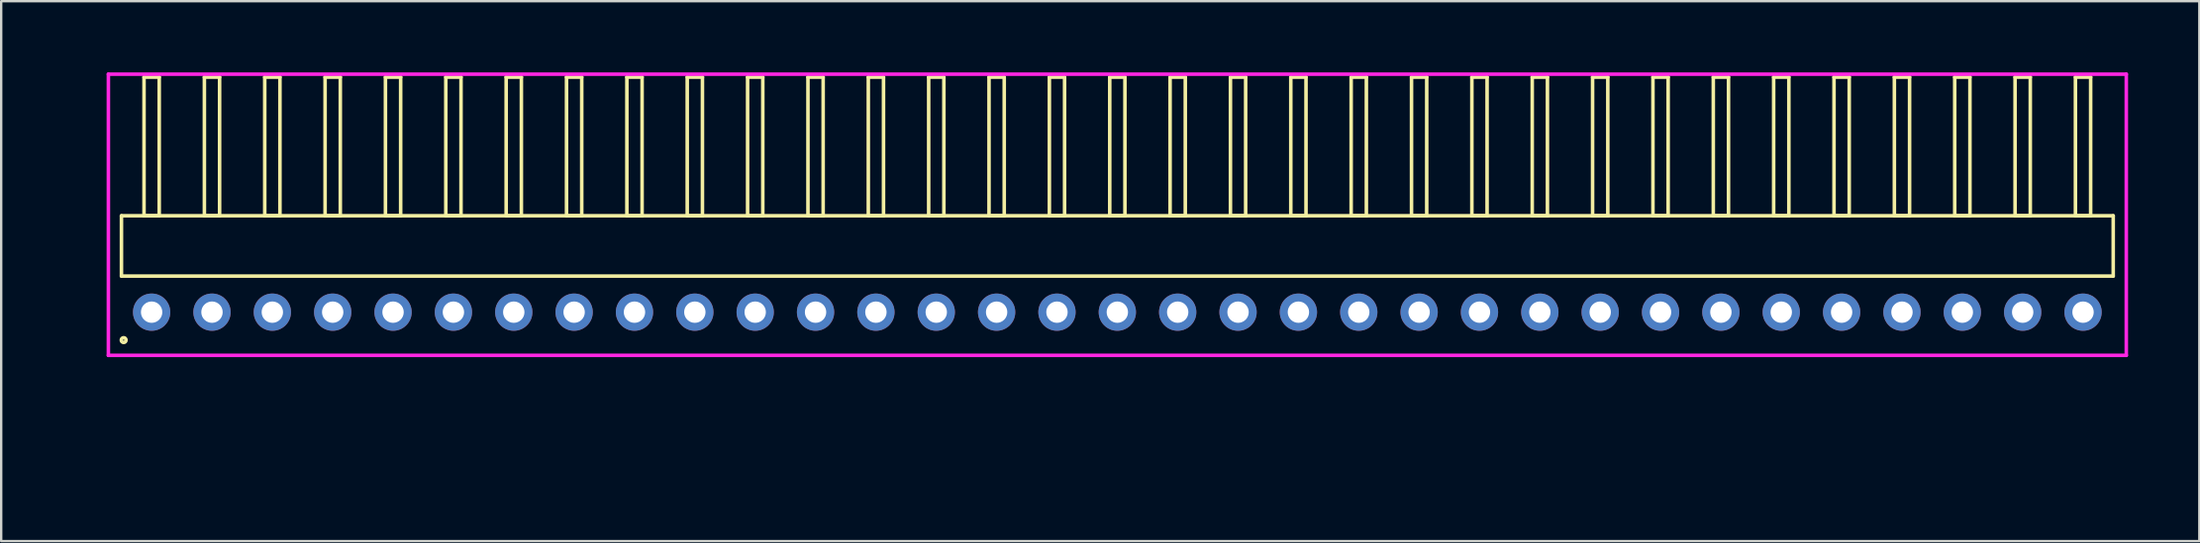
<source format=kicad_pcb>
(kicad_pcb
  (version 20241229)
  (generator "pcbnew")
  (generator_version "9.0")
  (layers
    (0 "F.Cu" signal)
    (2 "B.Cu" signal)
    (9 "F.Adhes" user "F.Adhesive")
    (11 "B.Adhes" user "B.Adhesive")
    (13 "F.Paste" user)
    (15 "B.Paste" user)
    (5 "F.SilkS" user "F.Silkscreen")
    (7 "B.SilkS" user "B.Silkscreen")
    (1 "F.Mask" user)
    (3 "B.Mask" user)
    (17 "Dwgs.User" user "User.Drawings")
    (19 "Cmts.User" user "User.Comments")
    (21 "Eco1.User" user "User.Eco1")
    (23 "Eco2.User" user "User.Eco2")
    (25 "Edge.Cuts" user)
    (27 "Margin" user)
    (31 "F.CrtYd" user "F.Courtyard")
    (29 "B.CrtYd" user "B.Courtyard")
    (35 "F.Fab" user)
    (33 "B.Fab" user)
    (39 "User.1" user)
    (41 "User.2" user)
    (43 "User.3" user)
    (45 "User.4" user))
  (footprint "HDR_RA254P33x1"
    (layer "F.Cu")
    (at 43.971 10.1)
    (property "Reference" "HDR_RA254P33x1" (at -43.21 0 90) (layer "User.1") (effects (font (size 1 1) (thickness 0.1))))
    (attr through_hole)
    (fp_line (start -41.91 -4.06) (end -41.91 -1.52) (stroke (width 0.15) (type solid)) (layer "F.SilkS"))
    (fp_line (start -41.91 -1.52) (end 41.91 -1.52) (stroke (width 0.15) (type solid)) (layer "F.SilkS"))
    (fp_line (start -40.96 -9.9) (end -40.96 -4.06) (stroke (width 0.15) (type solid)) (layer "F.SilkS"))
    (fp_line (start -40.96 -4.06) (end -40.32 -4.06) (stroke (width 0.15) (type solid)) (layer "F.SilkS"))
    (fp_line (start -40.32 -9.9) (end -40.96 -9.9) (stroke (width 0.15) (type solid)) (layer "F.SilkS"))
    (fp_line (start -40.32 -4.06) (end -40.32 -9.9) (stroke (width 0.15) (type solid)) (layer "F.SilkS"))
    (fp_line (start -38.42 -9.9) (end -38.42 -4.06) (stroke (width 0.15) (type solid)) (layer "F.SilkS"))
    (fp_line (start -38.42 -4.06) (end -37.78 -4.06) (stroke (width 0.15) (type solid)) (layer "F.SilkS"))
    (fp_line (start -37.78 -9.9) (end -38.42 -9.9) (stroke (width 0.15) (type solid)) (layer "F.SilkS"))
    (fp_line (start -37.78 -4.06) (end -37.78 -9.9) (stroke (width 0.15) (type solid)) (layer "F.SilkS"))
    (fp_line (start -35.88 -9.9) (end -35.88 -4.06) (stroke (width 0.15) (type solid)) (layer "F.SilkS"))
    (fp_line (start -35.88 -4.06) (end -35.24 -4.06) (stroke (width 0.15) (type solid)) (layer "F.SilkS"))
    (fp_line (start -35.24 -9.9) (end -35.88 -9.9) (stroke (width 0.15) (type solid)) (layer "F.SilkS"))
    (fp_line (start -35.24 -4.06) (end -35.24 -9.9) (stroke (width 0.15) (type solid)) (layer "F.SilkS"))
    (fp_line (start -33.34 -9.9) (end -33.34 -4.06) (stroke (width 0.15) (type solid)) (layer "F.SilkS"))
    (fp_line (start -33.34 -4.06) (end -32.7 -4.06) (stroke (width 0.15) (type solid)) (layer "F.SilkS"))
    (fp_line (start -32.7 -9.9) (end -33.34 -9.9) (stroke (width 0.15) (type solid)) (layer "F.SilkS"))
    (fp_line (start -32.7 -4.06) (end -32.7 -9.9) (stroke (width 0.15) (type solid)) (layer "F.SilkS"))
    (fp_line (start -30.8 -9.9) (end -30.8 -4.06) (stroke (width 0.15) (type solid)) (layer "F.SilkS"))
    (fp_line (start -30.8 -4.06) (end -30.16 -4.06) (stroke (width 0.15) (type solid)) (layer "F.SilkS"))
    (fp_line (start -30.16 -9.9) (end -30.8 -9.9) (stroke (width 0.15) (type solid)) (layer "F.SilkS"))
    (fp_line (start -30.16 -4.06) (end -30.16 -9.9) (stroke (width 0.15) (type solid)) (layer "F.SilkS"))
    (fp_line (start -28.26 -9.9) (end -28.26 -4.06) (stroke (width 0.15) (type solid)) (layer "F.SilkS"))
    (fp_line (start -28.26 -4.06) (end -27.62 -4.06) (stroke (width 0.15) (type solid)) (layer "F.SilkS"))
    (fp_line (start -27.62 -9.9) (end -28.26 -9.9) (stroke (width 0.15) (type solid)) (layer "F.SilkS"))
    (fp_line (start -27.62 -4.06) (end -27.62 -9.9) (stroke (width 0.15) (type solid)) (layer "F.SilkS"))
    (fp_line (start -25.72 -9.9) (end -25.72 -4.06) (stroke (width 0.15) (type solid)) (layer "F.SilkS"))
    (fp_line (start -25.72 -4.06) (end -25.08 -4.06) (stroke (width 0.15) (type solid)) (layer "F.SilkS"))
    (fp_line (start -25.08 -9.9) (end -25.72 -9.9) (stroke (width 0.15) (type solid)) (layer "F.SilkS"))
    (fp_line (start -25.08 -4.06) (end -25.08 -9.9) (stroke (width 0.15) (type solid)) (layer "F.SilkS"))
    (fp_line (start -23.18 -9.9) (end -23.18 -4.06) (stroke (width 0.15) (type solid)) (layer "F.SilkS"))
    (fp_line (start -23.18 -4.06) (end -22.54 -4.06) (stroke (width 0.15) (type solid)) (layer "F.SilkS"))
    (fp_line (start -22.54 -9.9) (end -23.18 -9.9) (stroke (width 0.15) (type solid)) (layer "F.SilkS"))
    (fp_line (start -22.54 -4.06) (end -22.54 -9.9) (stroke (width 0.15) (type solid)) (layer "F.SilkS"))
    (fp_line (start -20.64 -9.9) (end -20.64 -4.06) (stroke (width 0.15) (type solid)) (layer "F.SilkS"))
    (fp_line (start -20.64 -4.06) (end -20 -4.06) (stroke (width 0.15) (type solid)) (layer "F.SilkS"))
    (fp_line (start -20 -9.9) (end -20.64 -9.9) (stroke (width 0.15) (type solid)) (layer "F.SilkS"))
    (fp_line (start -20 -4.06) (end -20 -9.9) (stroke (width 0.15) (type solid)) (layer "F.SilkS"))
    (fp_line (start -18.1 -9.9) (end -18.1 -4.06) (stroke (width 0.15) (type solid)) (layer "F.SilkS"))
    (fp_line (start -18.1 -4.06) (end -17.46 -4.06) (stroke (width 0.15) (type solid)) (layer "F.SilkS"))
    (fp_line (start -17.46 -9.9) (end -18.1 -9.9) (stroke (width 0.15) (type solid)) (layer "F.SilkS"))
    (fp_line (start -17.46 -4.06) (end -17.46 -9.9) (stroke (width 0.15) (type solid)) (layer "F.SilkS"))
    (fp_line (start -15.56 -9.9) (end -15.56 -4.06) (stroke (width 0.15) (type solid)) (layer "F.SilkS"))
    (fp_line (start -15.56 -4.06) (end -14.92 -4.06) (stroke (width 0.15) (type solid)) (layer "F.SilkS"))
    (fp_line (start -14.92 -9.9) (end -15.56 -9.9) (stroke (width 0.15) (type solid)) (layer "F.SilkS"))
    (fp_line (start -14.92 -4.06) (end -14.92 -9.9) (stroke (width 0.15) (type solid)) (layer "F.SilkS"))
    (fp_line (start -13.02 -9.9) (end -13.02 -4.06) (stroke (width 0.15) (type solid)) (layer "F.SilkS"))
    (fp_line (start -13.02 -4.06) (end -12.38 -4.06) (stroke (width 0.15) (type solid)) (layer "F.SilkS"))
    (fp_line (start -12.38 -9.9) (end -13.02 -9.9) (stroke (width 0.15) (type solid)) (layer "F.SilkS"))
    (fp_line (start -12.38 -4.06) (end -12.38 -9.9) (stroke (width 0.15) (type solid)) (layer "F.SilkS"))
    (fp_line (start -10.48 -9.9) (end -10.48 -4.06) (stroke (width 0.15) (type solid)) (layer "F.SilkS"))
    (fp_line (start -10.48 -4.06) (end -9.84 -4.06) (stroke (width 0.15) (type solid)) (layer "F.SilkS"))
    (fp_line (start -9.84 -9.9) (end -10.48 -9.9) (stroke (width 0.15) (type solid)) (layer "F.SilkS"))
    (fp_line (start -9.84 -4.06) (end -9.84 -9.9) (stroke (width 0.15) (type solid)) (layer "F.SilkS"))
    (fp_line (start -7.94 -9.9) (end -7.94 -4.06) (stroke (width 0.15) (type solid)) (layer "F.SilkS"))
    (fp_line (start -7.94 -4.06) (end -7.3 -4.06) (stroke (width 0.15) (type solid)) (layer "F.SilkS"))
    (fp_line (start -7.3 -9.9) (end -7.94 -9.9) (stroke (width 0.15) (type solid)) (layer "F.SilkS"))
    (fp_line (start -7.3 -4.06) (end -7.3 -9.9) (stroke (width 0.15) (type solid)) (layer "F.SilkS"))
    (fp_line (start -5.4 -9.9) (end -5.4 -4.06) (stroke (width 0.15) (type solid)) (layer "F.SilkS"))
    (fp_line (start -5.4 -4.06) (end -4.76 -4.06) (stroke (width 0.15) (type solid)) (layer "F.SilkS"))
    (fp_line (start -4.76 -9.9) (end -5.4 -9.9) (stroke (width 0.15) (type solid)) (layer "F.SilkS"))
    (fp_line (start -4.76 -4.06) (end -4.76 -9.9) (stroke (width 0.15) (type solid)) (layer "F.SilkS"))
    (fp_line (start -2.86 -9.9) (end -2.86 -4.06) (stroke (width 0.15) (type solid)) (layer "F.SilkS"))
    (fp_line (start -2.86 -4.06) (end -2.22 -4.06) (stroke (width 0.15) (type solid)) (layer "F.SilkS"))
    (fp_line (start -2.22 -9.9) (end -2.86 -9.9) (stroke (width 0.15) (type solid)) (layer "F.SilkS"))
    (fp_line (start -2.22 -4.06) (end -2.22 -9.9) (stroke (width 0.15) (type solid)) (layer "F.SilkS"))
    (fp_line (start -0.32 -9.9) (end -0.32 -4.06) (stroke (width 0.15) (type solid)) (layer "F.SilkS"))
    (fp_line (start -0.32 -4.06) (end 0.32 -4.06) (stroke (width 0.15) (type solid)) (layer "F.SilkS"))
    (fp_line (start 0.32 -9.9) (end -0.32 -9.9) (stroke (width 0.15) (type solid)) (layer "F.SilkS"))
    (fp_line (start 0.32 -4.06) (end 0.32 -9.9) (stroke (width 0.15) (type solid)) (layer "F.SilkS"))
    (fp_line (start 2.22 -9.9) (end 2.22 -4.06) (stroke (width 0.15) (type solid)) (layer "F.SilkS"))
    (fp_line (start 2.22 -4.06) (end 2.86 -4.06) (stroke (width 0.15) (type solid)) (layer "F.SilkS"))
    (fp_line (start 2.86 -9.9) (end 2.22 -9.9) (stroke (width 0.15) (type solid)) (layer "F.SilkS"))
    (fp_line (start 2.86 -4.06) (end 2.86 -9.9) (stroke (width 0.15) (type solid)) (layer "F.SilkS"))
    (fp_line (start 4.76 -9.9) (end 4.76 -4.06) (stroke (width 0.15) (type solid)) (layer "F.SilkS"))
    (fp_line (start 4.76 -4.06) (end 5.4 -4.06) (stroke (width 0.15) (type solid)) (layer "F.SilkS"))
    (fp_line (start 5.4 -9.9) (end 4.76 -9.9) (stroke (width 0.15) (type solid)) (layer "F.SilkS"))
    (fp_line (start 5.4 -4.06) (end 5.4 -9.9) (stroke (width 0.15) (type solid)) (layer "F.SilkS"))
    (fp_line (start 7.3 -9.9) (end 7.3 -4.06) (stroke (width 0.15) (type solid)) (layer "F.SilkS"))
    (fp_line (start 7.3 -4.06) (end 7.94 -4.06) (stroke (width 0.15) (type solid)) (layer "F.SilkS"))
    (fp_line (start 7.94 -9.9) (end 7.3 -9.9) (stroke (width 0.15) (type solid)) (layer "F.SilkS"))
    (fp_line (start 7.94 -4.06) (end 7.94 -9.9) (stroke (width 0.15) (type solid)) (layer "F.SilkS"))
    (fp_line (start 9.84 -9.9) (end 9.84 -4.06) (stroke (width 0.15) (type solid)) (layer "F.SilkS"))
    (fp_line (start 9.84 -4.06) (end 10.48 -4.06) (stroke (width 0.15) (type solid)) (layer "F.SilkS"))
    (fp_line (start 10.48 -9.9) (end 9.84 -9.9) (stroke (width 0.15) (type solid)) (layer "F.SilkS"))
    (fp_line (start 10.48 -4.06) (end 10.48 -9.9) (stroke (width 0.15) (type solid)) (layer "F.SilkS"))
    (fp_line (start 12.38 -9.9) (end 12.38 -4.06) (stroke (width 0.15) (type solid)) (layer "F.SilkS"))
    (fp_line (start 12.38 -4.06) (end 13.02 -4.06) (stroke (width 0.15) (type solid)) (layer "F.SilkS"))
    (fp_line (start 13.02 -9.9) (end 12.38 -9.9) (stroke (width 0.15) (type solid)) (layer "F.SilkS"))
    (fp_line (start 13.02 -4.06) (end 13.02 -9.9) (stroke (width 0.15) (type solid)) (layer "F.SilkS"))
    (fp_line (start 14.92 -9.9) (end 14.92 -4.06) (stroke (width 0.15) (type solid)) (layer "F.SilkS"))
    (fp_line (start 14.92 -4.06) (end 15.56 -4.06) (stroke (width 0.15) (type solid)) (layer "F.SilkS"))
    (fp_line (start 15.56 -9.9) (end 14.92 -9.9) (stroke (width 0.15) (type solid)) (layer "F.SilkS"))
    (fp_line (start 15.56 -4.06) (end 15.56 -9.9) (stroke (width 0.15) (type solid)) (layer "F.SilkS"))
    (fp_line (start 17.46 -9.9) (end 17.46 -4.06) (stroke (width 0.15) (type solid)) (layer "F.SilkS"))
    (fp_line (start 17.46 -4.06) (end 18.1 -4.06) (stroke (width 0.15) (type solid)) (layer "F.SilkS"))
    (fp_line (start 18.1 -9.9) (end 17.46 -9.9) (stroke (width 0.15) (type solid)) (layer "F.SilkS"))
    (fp_line (start 18.1 -4.06) (end 18.1 -9.9) (stroke (width 0.15) (type solid)) (layer "F.SilkS"))
    (fp_line (start 20 -9.9) (end 20 -4.06) (stroke (width 0.15) (type solid)) (layer "F.SilkS"))
    (fp_line (start 20 -4.06) (end 20.64 -4.06) (stroke (width 0.15) (type solid)) (layer "F.SilkS"))
    (fp_line (start 20.64 -9.9) (end 20 -9.9) (stroke (width 0.15) (type solid)) (layer "F.SilkS"))
    (fp_line (start 20.64 -4.06) (end 20.64 -9.9) (stroke (width 0.15) (type solid)) (layer "F.SilkS"))
    (fp_line (start 22.54 -9.9) (end 22.54 -4.06) (stroke (width 0.15) (type solid)) (layer "F.SilkS"))
    (fp_line (start 22.54 -4.06) (end 23.18 -4.06) (stroke (width 0.15) (type solid)) (layer "F.SilkS"))
    (fp_line (start 23.18 -9.9) (end 22.54 -9.9) (stroke (width 0.15) (type solid)) (layer "F.SilkS"))
    (fp_line (start 23.18 -4.06) (end 23.18 -9.9) (stroke (width 0.15) (type solid)) (layer "F.SilkS"))
    (fp_line (start 25.08 -9.9) (end 25.08 -4.06) (stroke (width 0.15) (type solid)) (layer "F.SilkS"))
    (fp_line (start 25.08 -4.06) (end 25.72 -4.06) (stroke (width 0.15) (type solid)) (layer "F.SilkS"))
    (fp_line (start 25.72 -9.9) (end 25.08 -9.9) (stroke (width 0.15) (type solid)) (layer "F.SilkS"))
    (fp_line (start 25.72 -4.06) (end 25.72 -9.9) (stroke (width 0.15) (type solid)) (layer "F.SilkS"))
    (fp_line (start 27.62 -9.9) (end 27.62 -4.06) (stroke (width 0.15) (type solid)) (layer "F.SilkS"))
    (fp_line (start 27.62 -4.06) (end 28.26 -4.06) (stroke (width 0.15) (type solid)) (layer "F.SilkS"))
    (fp_line (start 28.26 -9.9) (end 27.62 -9.9) (stroke (width 0.15) (type solid)) (layer "F.SilkS"))
    (fp_line (start 28.26 -4.06) (end 28.26 -9.9) (stroke (width 0.15) (type solid)) (layer "F.SilkS"))
    (fp_line (start 30.16 -9.9) (end 30.16 -4.06) (stroke (width 0.15) (type solid)) (layer "F.SilkS"))
    (fp_line (start 30.16 -4.06) (end 30.8 -4.06) (stroke (width 0.15) (type solid)) (layer "F.SilkS"))
    (fp_line (start 30.8 -9.9) (end 30.16 -9.9) (stroke (width 0.15) (type solid)) (layer "F.SilkS"))
    (fp_line (start 30.8 -4.06) (end 30.8 -9.9) (stroke (width 0.15) (type solid)) (layer "F.SilkS"))
    (fp_line (start 32.7 -9.9) (end 32.7 -4.06) (stroke (width 0.15) (type solid)) (layer "F.SilkS"))
    (fp_line (start 32.7 -4.06) (end 33.34 -4.06) (stroke (width 0.15) (type solid)) (layer "F.SilkS"))
    (fp_line (start 33.34 -9.9) (end 32.7 -9.9) (stroke (width 0.15) (type solid)) (layer "F.SilkS"))
    (fp_line (start 33.34 -4.06) (end 33.34 -9.9) (stroke (width 0.15) (type solid)) (layer "F.SilkS"))
    (fp_line (start 35.24 -9.9) (end 35.24 -4.06) (stroke (width 0.15) (type solid)) (layer "F.SilkS"))
    (fp_line (start 35.24 -4.06) (end 35.88 -4.06) (stroke (width 0.15) (type solid)) (layer "F.SilkS"))
    (fp_line (start 35.88 -9.9) (end 35.24 -9.9) (stroke (width 0.15) (type solid)) (layer "F.SilkS"))
    (fp_line (start 35.88 -4.06) (end 35.88 -9.9) (stroke (width 0.15) (type solid)) (layer "F.SilkS"))
    (fp_line (start 37.78 -9.9) (end 37.78 -4.06) (stroke (width 0.15) (type solid)) (layer "F.SilkS"))
    (fp_line (start 37.78 -4.06) (end 38.42 -4.06) (stroke (width 0.15) (type solid)) (layer "F.SilkS"))
    (fp_line (start 38.42 -9.9) (end 37.78 -9.9) (stroke (width 0.15) (type solid)) (layer "F.SilkS"))
    (fp_line (start 38.42 -4.06) (end 38.42 -9.9) (stroke (width 0.15) (type solid)) (layer "F.SilkS"))
    (fp_line (start 40.32 -9.9) (end 40.32 -4.06) (stroke (width 0.15) (type solid)) (layer "F.SilkS"))
    (fp_line (start 40.32 -4.06) (end 40.96 -4.06) (stroke (width 0.15) (type solid)) (layer "F.SilkS"))
    (fp_line (start 40.96 -9.9) (end 40.32 -9.9) (stroke (width 0.15) (type solid)) (layer "F.SilkS"))
    (fp_line (start 40.96 -4.06) (end 40.96 -9.9) (stroke (width 0.15) (type solid)) (layer "F.SilkS"))
    (fp_line (start 41.91 -4.06) (end -41.91 -4.06) (stroke (width 0.15) (type solid)) (layer "F.SilkS"))
    (fp_line (start 41.91 -1.52) (end 41.91 -4.06) (stroke (width 0.15) (type solid)) (layer "F.SilkS"))
    (fp_circle (center -41.817 1.177) (end -41.717 1.177) (stroke (width 0.15) (type solid)) (fill no) (layer "F.SilkS"))
    (fp_line (start -42.46 -10.025) (end -42.46 1.82) (stroke (width 0.15) (type solid)) (layer "F.CrtYd"))
    (fp_line (start -42.46 1.82) (end 42.46 1.82) (stroke (width 0.15) (type solid)) (layer "F.CrtYd"))
    (fp_line (start 42.46 -10.025) (end -42.46 -10.025) (stroke (width 0.15) (type solid)) (layer "F.CrtYd"))
    (fp_line (start 42.46 1.82) (end 42.46 -10.025) (stroke (width 0.15) (type solid)) (layer "F.CrtYd"))
    (pad "1" thru_hole oval (at -40.64 0) (size 1.57 1.57) (drill 0.9) (layers "*.Cu" "*.Mask"))
    (pad "2" thru_hole oval (at -38.1 0) (size 1.57 1.57) (drill 0.9) (layers "*.Cu" "*.Mask"))
    (pad "3" thru_hole oval (at -35.56 0) (size 1.57 1.57) (drill 0.9) (layers "*.Cu" "*.Mask"))
    (pad "4" thru_hole oval (at -33.02 0) (size 1.57 1.57) (drill 0.9) (layers "*.Cu" "*.Mask"))
    (pad "5" thru_hole oval (at -30.48 0) (size 1.57 1.57) (drill 0.9) (layers "*.Cu" "*.Mask"))
    (pad "6" thru_hole oval (at -27.94 0) (size 1.57 1.57) (drill 0.9) (layers "*.Cu" "*.Mask"))
    (pad "7" thru_hole oval (at -25.4 0) (size 1.57 1.57) (drill 0.9) (layers "*.Cu" "*.Mask"))
    (pad "8" thru_hole oval (at -22.86 0) (size 1.57 1.57) (drill 0.9) (layers "*.Cu" "*.Mask"))
    (pad "9" thru_hole oval (at -20.32 0) (size 1.57 1.57) (drill 0.9) (layers "*.Cu" "*.Mask"))
    (pad "10" thru_hole oval (at -17.78 0) (size 1.57 1.57) (drill 0.9) (layers "*.Cu" "*.Mask"))
    (pad "11" thru_hole oval (at -15.24 0) (size 1.57 1.57) (drill 0.9) (layers "*.Cu" "*.Mask"))
    (pad "12" thru_hole oval (at -12.7 0) (size 1.57 1.57) (drill 0.9) (layers "*.Cu" "*.Mask"))
    (pad "13" thru_hole oval (at -10.16 0) (size 1.57 1.57) (drill 0.9) (layers "*.Cu" "*.Mask"))
    (pad "14" thru_hole oval (at -7.62 0) (size 1.57 1.57) (drill 0.9) (layers "*.Cu" "*.Mask"))
    (pad "15" thru_hole oval (at -5.08 0) (size 1.57 1.57) (drill 0.9) (layers "*.Cu" "*.Mask"))
    (pad "16" thru_hole oval (at -2.54 0) (size 1.57 1.57) (drill 0.9) (layers "*.Cu" "*.Mask"))
    (pad "17" thru_hole oval (at 0 0) (size 1.57 1.57) (drill 0.9) (layers "*.Cu" "*.Mask"))
    (pad "18" thru_hole oval (at 2.54 0) (size 1.57 1.57) (drill 0.9) (layers "*.Cu" "*.Mask"))
    (pad "19" thru_hole oval (at 5.08 0) (size 1.57 1.57) (drill 0.9) (layers "*.Cu" "*.Mask"))
    (pad "20" thru_hole oval (at 7.62 0) (size 1.57 1.57) (drill 0.9) (layers "*.Cu" "*.Mask"))
    (pad "21" thru_hole oval (at 10.16 0) (size 1.57 1.57) (drill 0.9) (layers "*.Cu" "*.Mask"))
    (pad "22" thru_hole oval (at 12.7 0) (size 1.57 1.57) (drill 0.9) (layers "*.Cu" "*.Mask"))
    (pad "23" thru_hole oval (at 15.24 0) (size 1.57 1.57) (drill 0.9) (layers "*.Cu" "*.Mask"))
    (pad "24" thru_hole oval (at 17.78 0) (size 1.57 1.57) (drill 0.9) (layers "*.Cu" "*.Mask"))
    (pad "25" thru_hole oval (at 20.32 0) (size 1.57 1.57) (drill 0.9) (layers "*.Cu" "*.Mask"))
    (pad "26" thru_hole oval (at 22.86 0) (size 1.57 1.57) (drill 0.9) (layers "*.Cu" "*.Mask"))
    (pad "27" thru_hole oval (at 25.4 0) (size 1.57 1.57) (drill 0.9) (layers "*.Cu" "*.Mask"))
    (pad "28" thru_hole oval (at 27.94 0) (size 1.57 1.57) (drill 0.9) (layers "*.Cu" "*.Mask"))
    (pad "29" thru_hole oval (at 30.48 0) (size 1.57 1.57) (drill 0.9) (layers "*.Cu" "*.Mask"))
    (pad "30" thru_hole oval (at 33.02 0) (size 1.57 1.57) (drill 0.9) (layers "*.Cu" "*.Mask"))
    (pad "31" thru_hole oval (at 35.56 0) (size 1.57 1.57) (drill 0.9) (layers "*.Cu" "*.Mask"))
    (pad "32" thru_hole oval (at 38.1 0) (size 1.57 1.57) (drill 0.9) (layers "*.Cu" "*.Mask"))
    (pad "33" thru_hole oval (at 40.64 0) (size 1.57 1.57) (drill 0.9) (layers "*.Cu" "*.Mask")))
  (gr_rect
    (start -3 -3)
    (end 89.505 19.745)
    (stroke (width 0.1) (type default))
    (fill no)
    (layer "Edge.Cuts")))
</source>
